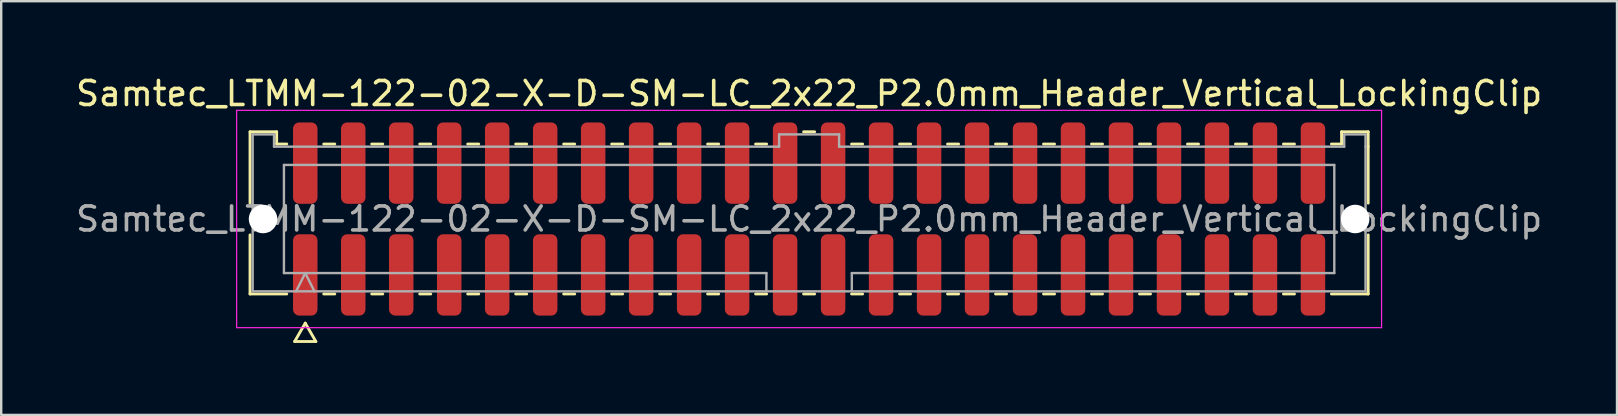
<source format=kicad_pcb>
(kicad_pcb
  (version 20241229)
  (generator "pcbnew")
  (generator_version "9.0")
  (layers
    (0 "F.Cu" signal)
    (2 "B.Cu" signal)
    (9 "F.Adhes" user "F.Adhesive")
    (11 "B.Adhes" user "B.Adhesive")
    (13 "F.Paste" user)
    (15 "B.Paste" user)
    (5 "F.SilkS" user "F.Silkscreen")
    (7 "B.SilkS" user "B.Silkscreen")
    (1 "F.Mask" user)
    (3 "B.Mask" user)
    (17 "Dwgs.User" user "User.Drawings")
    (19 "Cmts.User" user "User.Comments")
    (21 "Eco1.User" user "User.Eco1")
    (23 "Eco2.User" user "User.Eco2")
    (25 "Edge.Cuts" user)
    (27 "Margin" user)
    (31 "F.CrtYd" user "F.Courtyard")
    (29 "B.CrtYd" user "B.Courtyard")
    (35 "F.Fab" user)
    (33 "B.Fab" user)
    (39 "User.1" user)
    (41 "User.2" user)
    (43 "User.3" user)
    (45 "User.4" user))
  (footprint "Samtec_LTMM-122-02-X-D-SM-LC_2x22_P2.0mm_Header_Vertical_LockingClip"
    (layer "F.Cu")
    (at 30.673 6.078)
    (property "Reference" "Samtec_LTMM-122-02-X-D-SM-LC_2x22_P2.0mm_Header_Vertical_LockingClip" (at 0 -5.23 0) (layer "F.SilkS") (effects (font (size 1 1) (thickness 0.15))))
    (attr smd)
    (fp_line (start -23.302 -3.635) (end -22.192 -3.635) (stroke (width 0.12) (type solid)) (layer "F.SilkS"))
    (fp_line (start -23.302 -0.662) (end -23.302 -3.635) (stroke (width 0.12) (type solid)) (layer "F.SilkS"))
    (fp_line (start -23.302 3.125) (end -23.302 0.662) (stroke (width 0.12) (type solid)) (layer "F.SilkS"))
    (fp_line (start -22.192 -3.635) (end -22.192 -3.125) (stroke (width 0.12) (type solid)) (layer "F.SilkS"))
    (fp_line (start -22.192 -3.125) (end -21.77 -3.125) (stroke (width 0.12) (type solid)) (layer "F.SilkS"))
    (fp_line (start -21.77 3.125) (end -23.302 3.125) (stroke (width 0.12) (type solid)) (layer "F.SilkS"))
    (fp_line (start -21.442 5.105) (end -21 4.34) (stroke (width 0.12) (type solid)) (layer "F.SilkS"))
    (fp_line (start -21 4.34) (end -20.558 5.105) (stroke (width 0.12) (type solid)) (layer "F.SilkS"))
    (fp_line (start -20.558 5.105) (end -21.442 5.105) (stroke (width 0.12) (type solid)) (layer "F.SilkS"))
    (fp_line (start -20.23 -3.125) (end -19.77 -3.125) (stroke (width 0.12) (type solid)) (layer "F.SilkS"))
    (fp_line (start -19.77 3.125) (end -20.23 3.125) (stroke (width 0.12) (type solid)) (layer "F.SilkS"))
    (fp_line (start -18.23 -3.125) (end -17.77 -3.125) (stroke (width 0.12) (type solid)) (layer "F.SilkS"))
    (fp_line (start -17.77 3.125) (end -18.23 3.125) (stroke (width 0.12) (type solid)) (layer "F.SilkS"))
    (fp_line (start -16.23 -3.125) (end -15.77 -3.125) (stroke (width 0.12) (type solid)) (layer "F.SilkS"))
    (fp_line (start -15.77 3.125) (end -16.23 3.125) (stroke (width 0.12) (type solid)) (layer "F.SilkS"))
    (fp_line (start -14.23 -3.125) (end -13.77 -3.125) (stroke (width 0.12) (type solid)) (layer "F.SilkS"))
    (fp_line (start -13.77 3.125) (end -14.23 3.125) (stroke (width 0.12) (type solid)) (layer "F.SilkS"))
    (fp_line (start -12.23 -3.125) (end -11.77 -3.125) (stroke (width 0.12) (type solid)) (layer "F.SilkS"))
    (fp_line (start -11.77 3.125) (end -12.23 3.125) (stroke (width 0.12) (type solid)) (layer "F.SilkS"))
    (fp_line (start -10.23 -3.125) (end -9.77 -3.125) (stroke (width 0.12) (type solid)) (layer "F.SilkS"))
    (fp_line (start -9.77 3.125) (end -10.23 3.125) (stroke (width 0.12) (type solid)) (layer "F.SilkS"))
    (fp_line (start -8.23 -3.125) (end -7.77 -3.125) (stroke (width 0.12) (type solid)) (layer "F.SilkS"))
    (fp_line (start -7.77 3.125) (end -8.23 3.125) (stroke (width 0.12) (type solid)) (layer "F.SilkS"))
    (fp_line (start -6.23 -3.125) (end -5.77 -3.125) (stroke (width 0.12) (type solid)) (layer "F.SilkS"))
    (fp_line (start -5.77 3.125) (end -6.23 3.125) (stroke (width 0.12) (type solid)) (layer "F.SilkS"))
    (fp_line (start -4.23 -3.125) (end -3.77 -3.125) (stroke (width 0.12) (type solid)) (layer "F.SilkS"))
    (fp_line (start -3.77 3.125) (end -4.23 3.125) (stroke (width 0.12) (type solid)) (layer "F.SilkS"))
    (fp_line (start -2.23 -3.125) (end -1.77 -3.125) (stroke (width 0.12) (type solid)) (layer "F.SilkS"))
    (fp_line (start -1.77 3.125) (end -2.23 3.125) (stroke (width 0.12) (type solid)) (layer "F.SilkS"))
    (fp_line (start -0.23 -3.635) (end 0.23 -3.635) (stroke (width 0.12) (type solid)) (layer "F.SilkS"))
    (fp_line (start 0.23 3.125) (end -0.23 3.125) (stroke (width 0.12) (type solid)) (layer "F.SilkS"))
    (fp_line (start 1.77 -3.125) (end 2.23 -3.125) (stroke (width 0.12) (type solid)) (layer "F.SilkS"))
    (fp_line (start 2.23 3.125) (end 1.77 3.125) (stroke (width 0.12) (type solid)) (layer "F.SilkS"))
    (fp_line (start 3.77 -3.125) (end 4.23 -3.125) (stroke (width 0.12) (type solid)) (layer "F.SilkS"))
    (fp_line (start 4.23 3.125) (end 3.77 3.125) (stroke (width 0.12) (type solid)) (layer "F.SilkS"))
    (fp_line (start 5.77 -3.125) (end 6.23 -3.125) (stroke (width 0.12) (type solid)) (layer "F.SilkS"))
    (fp_line (start 6.23 3.125) (end 5.77 3.125) (stroke (width 0.12) (type solid)) (layer "F.SilkS"))
    (fp_line (start 7.77 -3.125) (end 8.23 -3.125) (stroke (width 0.12) (type solid)) (layer "F.SilkS"))
    (fp_line (start 8.23 3.125) (end 7.77 3.125) (stroke (width 0.12) (type solid)) (layer "F.SilkS"))
    (fp_line (start 9.77 -3.125) (end 10.23 -3.125) (stroke (width 0.12) (type solid)) (layer "F.SilkS"))
    (fp_line (start 10.23 3.125) (end 9.77 3.125) (stroke (width 0.12) (type solid)) (layer "F.SilkS"))
    (fp_line (start 11.77 -3.125) (end 12.23 -3.125) (stroke (width 0.12) (type solid)) (layer "F.SilkS"))
    (fp_line (start 12.23 3.125) (end 11.77 3.125) (stroke (width 0.12) (type solid)) (layer "F.SilkS"))
    (fp_line (start 13.77 -3.125) (end 14.23 -3.125) (stroke (width 0.12) (type solid)) (layer "F.SilkS"))
    (fp_line (start 14.23 3.125) (end 13.77 3.125) (stroke (width 0.12) (type solid)) (layer "F.SilkS"))
    (fp_line (start 15.77 -3.125) (end 16.23 -3.125) (stroke (width 0.12) (type solid)) (layer "F.SilkS"))
    (fp_line (start 16.23 3.125) (end 15.77 3.125) (stroke (width 0.12) (type solid)) (layer "F.SilkS"))
    (fp_line (start 17.77 -3.125) (end 18.23 -3.125) (stroke (width 0.12) (type solid)) (layer "F.SilkS"))
    (fp_line (start 18.23 3.125) (end 17.77 3.125) (stroke (width 0.12) (type solid)) (layer "F.SilkS"))
    (fp_line (start 19.77 -3.125) (end 20.23 -3.125) (stroke (width 0.12) (type solid)) (layer "F.SilkS"))
    (fp_line (start 20.23 3.125) (end 19.77 3.125) (stroke (width 0.12) (type solid)) (layer "F.SilkS"))
    (fp_line (start 21.77 -3.125) (end 22.192 -3.125) (stroke (width 0.12) (type solid)) (layer "F.SilkS"))
    (fp_line (start 22.192 -3.635) (end 23.302 -3.635) (stroke (width 0.12) (type solid)) (layer "F.SilkS"))
    (fp_line (start 22.192 -3.125) (end 22.192 -3.635) (stroke (width 0.12) (type solid)) (layer "F.SilkS"))
    (fp_line (start 23.302 -3.635) (end 23.302 -3.015) (stroke (width 0.12) (type solid)) (layer "F.SilkS"))
    (fp_line (start 23.302 -3.015) (end 23.302 -0.662) (stroke (width 0.12) (type solid)) (layer "F.SilkS"))
    (fp_line (start 23.302 0.662) (end 23.302 3.125) (stroke (width 0.12) (type solid)) (layer "F.SilkS"))
    (fp_line (start 23.302 3.125) (end 21.77 3.125) (stroke (width 0.12) (type solid)) (layer "F.SilkS"))
    (fp_line (start -23.86 -4.53) (end -23.86 4.53) (stroke (width 0.05) (type solid)) (layer "F.CrtYd"))
    (fp_line (start -23.86 4.53) (end 23.86 4.53) (stroke (width 0.05) (type solid)) (layer "F.CrtYd"))
    (fp_line (start 23.86 -4.53) (end -23.86 -4.53) (stroke (width 0.05) (type solid)) (layer "F.CrtYd"))
    (fp_line (start 23.86 4.53) (end 23.86 -4.53) (stroke (width 0.05) (type solid)) (layer "F.CrtYd"))
    (fp_line (start -23.192 -3.525) (end -22.302 -3.525) (stroke (width 0.1) (type solid)) (layer "F.Fab"))
    (fp_line (start -23.192 3.015) (end -23.192 -3.525) (stroke (width 0.1) (type solid)) (layer "F.Fab"))
    (fp_line (start -22.302 -3.525) (end -22.302 -3.015) (stroke (width 0.1) (type solid)) (layer "F.Fab"))
    (fp_line (start -22.302 -3.015) (end -1.25 -3.015) (stroke (width 0.1) (type solid)) (layer "F.Fab"))
    (fp_line (start -21.889 -2.253) (end 21.889 -2.253) (stroke (width 0.1) (type solid)) (layer "F.Fab"))
    (fp_line (start -21.889 2.253) (end -21.889 -2.253) (stroke (width 0.1) (type solid)) (layer "F.Fab"))
    (fp_line (start -21.381 3.015) (end -21 2.253) (stroke (width 0.1) (type solid)) (layer "F.Fab"))
    (fp_line (start -21 2.253) (end -20.619 3.015) (stroke (width 0.1) (type solid)) (layer "F.Fab"))
    (fp_line (start -1.78 2.253) (end -21.889 2.253) (stroke (width 0.1) (type solid)) (layer "F.Fab"))
    (fp_line (start -1.78 3.015) (end -1.78 2.253) (stroke (width 0.1) (type solid)) (layer "F.Fab"))
    (fp_line (start -1.25 -3.525) (end 1.25 -3.525) (stroke (width 0.1) (type solid)) (layer "F.Fab"))
    (fp_line (start -1.25 -3.015) (end -1.25 -3.525) (stroke (width 0.1) (type solid)) (layer "F.Fab"))
    (fp_line (start 1.25 -3.525) (end 1.25 -3.015) (stroke (width 0.1) (type solid)) (layer "F.Fab"))
    (fp_line (start 1.25 -3.015) (end 22.302 -3.015) (stroke (width 0.1) (type solid)) (layer "F.Fab"))
    (fp_line (start 1.78 2.253) (end 1.78 3.015) (stroke (width 0.1) (type solid)) (layer "F.Fab"))
    (fp_line (start 21.889 -2.253) (end 21.889 2.253) (stroke (width 0.1) (type solid)) (layer "F.Fab"))
    (fp_line (start 21.889 2.253) (end 1.78 2.253) (stroke (width 0.1) (type solid)) (layer "F.Fab"))
    (fp_line (start 22.302 -3.525) (end 23.192 -3.525) (stroke (width 0.1) (type solid)) (layer "F.Fab"))
    (fp_line (start 22.302 -3.015) (end 22.302 -3.525) (stroke (width 0.1) (type solid)) (layer "F.Fab"))
    (fp_line (start 23.192 -3.525) (end 23.192 -3.015) (stroke (width 0.1) (type solid)) (layer "F.Fab"))
    (fp_line (start 23.192 -3.015) (end 23.192 3.015) (stroke (width 0.1) (type solid)) (layer "F.Fab"))
    (fp_line (start 23.192 3.015) (end -23.192 3.015) (stroke (width 0.1) (type solid)) (layer "F.Fab"))
    (fp_text user "${REFERENCE}" (at 0 0 0) (layer "F.Fab") (effects (font (size 1 1) (thickness 0.15))))
    (pad "" np_thru_hole circle (at -22.76 0) (size 1.19 1.19) (drill 1.19) (layers "*.Cu" "*.Mask"))
    (pad "" np_thru_hole circle (at 22.76 0) (size 1.19 1.19) (drill 1.19) (layers "*.Cu" "*.Mask"))
    (pad "1" smd roundrect (at -21 2.33) (size 1.02 3.39) (layers "F.Cu" "F.Mask" "F.Paste") (roundrect_rratio 0.25))
    (pad "2" smd roundrect (at -21 -2.33) (size 1.02 3.39) (layers "F.Cu" "F.Mask" "F.Paste") (roundrect_rratio 0.25))
    (pad "3" smd roundrect (at -19 2.33) (size 1.02 3.39) (layers "F.Cu" "F.Mask" "F.Paste") (roundrect_rratio 0.25))
    (pad "4" smd roundrect (at -19 -2.33) (size 1.02 3.39) (layers "F.Cu" "F.Mask" "F.Paste") (roundrect_rratio 0.25))
    (pad "5" smd roundrect (at -17 2.33) (size 1.02 3.39) (layers "F.Cu" "F.Mask" "F.Paste") (roundrect_rratio 0.25))
    (pad "6" smd roundrect (at -17 -2.33) (size 1.02 3.39) (layers "F.Cu" "F.Mask" "F.Paste") (roundrect_rratio 0.25))
    (pad "7" smd roundrect (at -15 2.33) (size 1.02 3.39) (layers "F.Cu" "F.Mask" "F.Paste") (roundrect_rratio 0.25))
    (pad "8" smd roundrect (at -15 -2.33) (size 1.02 3.39) (layers "F.Cu" "F.Mask" "F.Paste") (roundrect_rratio 0.25))
    (pad "9" smd roundrect (at -13 2.33) (size 1.02 3.39) (layers "F.Cu" "F.Mask" "F.Paste") (roundrect_rratio 0.25))
    (pad "10" smd roundrect (at -13 -2.33) (size 1.02 3.39) (layers "F.Cu" "F.Mask" "F.Paste") (roundrect_rratio 0.25))
    (pad "11" smd roundrect (at -11 2.33) (size 1.02 3.39) (layers "F.Cu" "F.Mask" "F.Paste") (roundrect_rratio 0.25))
    (pad "12" smd roundrect (at -11 -2.33) (size 1.02 3.39) (layers "F.Cu" "F.Mask" "F.Paste") (roundrect_rratio 0.25))
    (pad "13" smd roundrect (at -9 2.33) (size 1.02 3.39) (layers "F.Cu" "F.Mask" "F.Paste") (roundrect_rratio 0.25))
    (pad "14" smd roundrect (at -9 -2.33) (size 1.02 3.39) (layers "F.Cu" "F.Mask" "F.Paste") (roundrect_rratio 0.25))
    (pad "15" smd roundrect (at -7 2.33) (size 1.02 3.39) (layers "F.Cu" "F.Mask" "F.Paste") (roundrect_rratio 0.25))
    (pad "16" smd roundrect (at -7 -2.33) (size 1.02 3.39) (layers "F.Cu" "F.Mask" "F.Paste") (roundrect_rratio 0.25))
    (pad "17" smd roundrect (at -5 2.33) (size 1.02 3.39) (layers "F.Cu" "F.Mask" "F.Paste") (roundrect_rratio 0.25))
    (pad "18" smd roundrect (at -5 -2.33) (size 1.02 3.39) (layers "F.Cu" "F.Mask" "F.Paste") (roundrect_rratio 0.25))
    (pad "19" smd roundrect (at -3 2.33) (size 1.02 3.39) (layers "F.Cu" "F.Mask" "F.Paste") (roundrect_rratio 0.25))
    (pad "20" smd roundrect (at -3 -2.33) (size 1.02 3.39) (layers "F.Cu" "F.Mask" "F.Paste") (roundrect_rratio 0.25))
    (pad "21" smd roundrect (at -1 2.33) (size 1.02 3.39) (layers "F.Cu" "F.Mask" "F.Paste") (roundrect_rratio 0.25))
    (pad "22" smd roundrect (at -1 -2.33) (size 1.02 3.39) (layers "F.Cu" "F.Mask" "F.Paste") (roundrect_rratio 0.25))
    (pad "23" smd roundrect (at 1 2.33) (size 1.02 3.39) (layers "F.Cu" "F.Mask" "F.Paste") (roundrect_rratio 0.25))
    (pad "24" smd roundrect (at 1 -2.33) (size 1.02 3.39) (layers "F.Cu" "F.Mask" "F.Paste") (roundrect_rratio 0.25))
    (pad "25" smd roundrect (at 3 2.33) (size 1.02 3.39) (layers "F.Cu" "F.Mask" "F.Paste") (roundrect_rratio 0.25))
    (pad "26" smd roundrect (at 3 -2.33) (size 1.02 3.39) (layers "F.Cu" "F.Mask" "F.Paste") (roundrect_rratio 0.25))
    (pad "27" smd roundrect (at 5 2.33) (size 1.02 3.39) (layers "F.Cu" "F.Mask" "F.Paste") (roundrect_rratio 0.25))
    (pad "28" smd roundrect (at 5 -2.33) (size 1.02 3.39) (layers "F.Cu" "F.Mask" "F.Paste") (roundrect_rratio 0.25))
    (pad "29" smd roundrect (at 7 2.33) (size 1.02 3.39) (layers "F.Cu" "F.Mask" "F.Paste") (roundrect_rratio 0.25))
    (pad "30" smd roundrect (at 7 -2.33) (size 1.02 3.39) (layers "F.Cu" "F.Mask" "F.Paste") (roundrect_rratio 0.25))
    (pad "31" smd roundrect (at 9 2.33) (size 1.02 3.39) (layers "F.Cu" "F.Mask" "F.Paste") (roundrect_rratio 0.25))
    (pad "32" smd roundrect (at 9 -2.33) (size 1.02 3.39) (layers "F.Cu" "F.Mask" "F.Paste") (roundrect_rratio 0.25))
    (pad "33" smd roundrect (at 11 2.33) (size 1.02 3.39) (layers "F.Cu" "F.Mask" "F.Paste") (roundrect_rratio 0.25))
    (pad "34" smd roundrect (at 11 -2.33) (size 1.02 3.39) (layers "F.Cu" "F.Mask" "F.Paste") (roundrect_rratio 0.25))
    (pad "35" smd roundrect (at 13 2.33) (size 1.02 3.39) (layers "F.Cu" "F.Mask" "F.Paste") (roundrect_rratio 0.25))
    (pad "36" smd roundrect (at 13 -2.33) (size 1.02 3.39) (layers "F.Cu" "F.Mask" "F.Paste") (roundrect_rratio 0.25))
    (pad "37" smd roundrect (at 15 2.33) (size 1.02 3.39) (layers "F.Cu" "F.Mask" "F.Paste") (roundrect_rratio 0.25))
    (pad "38" smd roundrect (at 15 -2.33) (size 1.02 3.39) (layers "F.Cu" "F.Mask" "F.Paste") (roundrect_rratio 0.25))
    (pad "39" smd roundrect (at 17 2.33) (size 1.02 3.39) (layers "F.Cu" "F.Mask" "F.Paste") (roundrect_rratio 0.25))
    (pad "40" smd roundrect (at 17 -2.33) (size 1.02 3.39) (layers "F.Cu" "F.Mask" "F.Paste") (roundrect_rratio 0.25))
    (pad "41" smd roundrect (at 19 2.33) (size 1.02 3.39) (layers "F.Cu" "F.Mask" "F.Paste") (roundrect_rratio 0.25))
    (pad "42" smd roundrect (at 19 -2.33) (size 1.02 3.39) (layers "F.Cu" "F.Mask" "F.Paste") (roundrect_rratio 0.25))
    (pad "43" smd roundrect (at 21 2.33) (size 1.02 3.39) (layers "F.Cu" "F.Mask" "F.Paste") (roundrect_rratio 0.25))
    (pad "44" smd roundrect (at 21 -2.33) (size 1.02 3.39) (layers "F.Cu" "F.Mask" "F.Paste") (roundrect_rratio 0.25)))
  (gr_rect
    (start -3 -3)
    (end 64.345 14.243)
    (stroke (width 0.1) (type default))
    (fill no)
    (layer "Edge.Cuts")))
</source>
